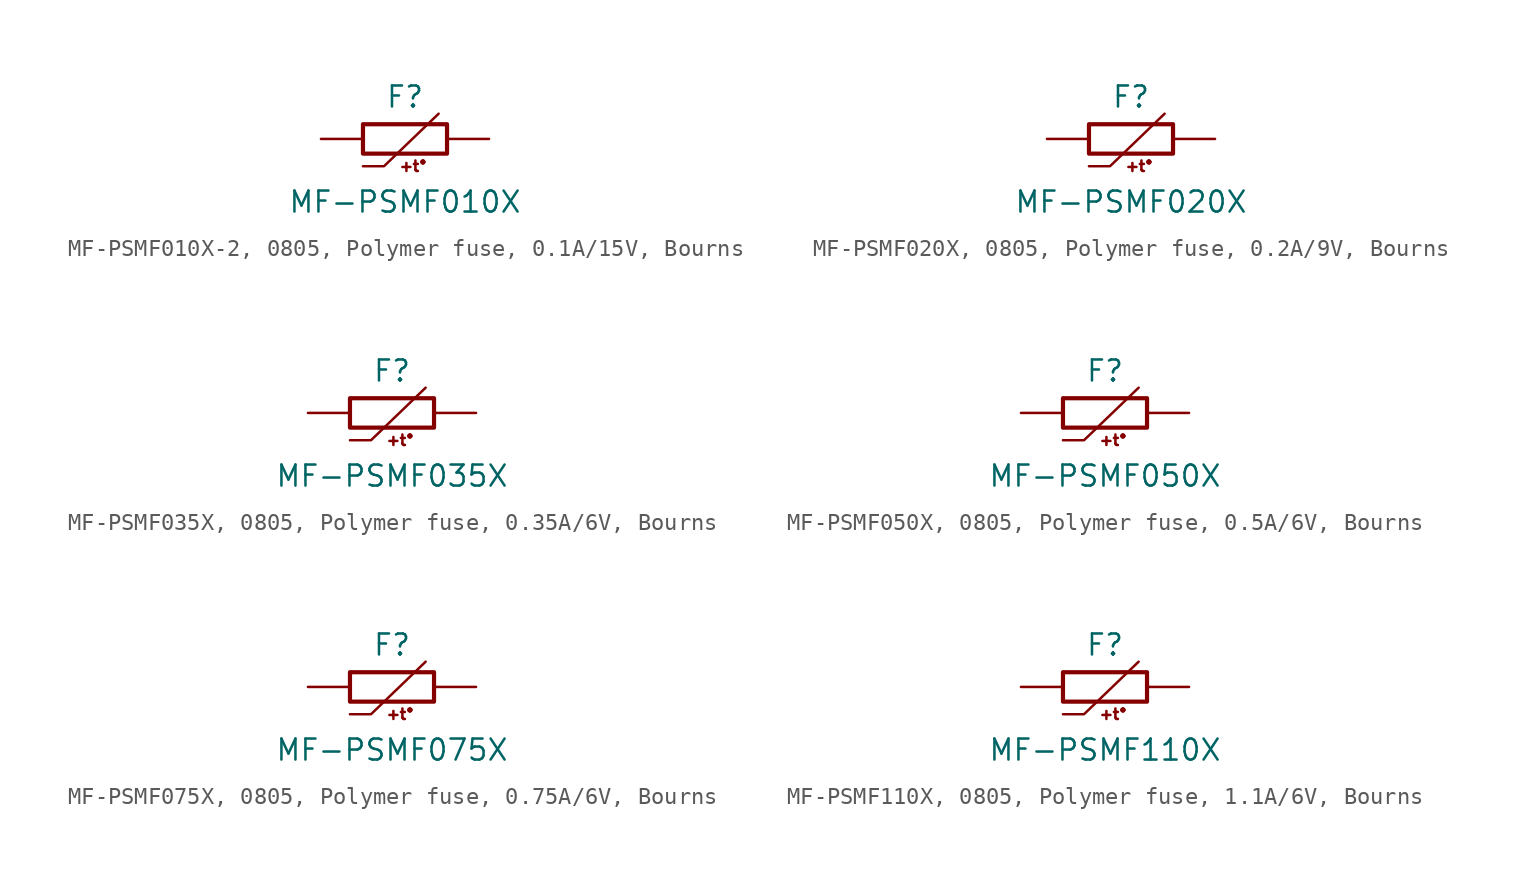
<source format=kicad_sym>
(kicad_symbol_lib
  (version 20241209)
  (generator "kicad_symbol_editor")
  (generator_version "9.0")
  (symbol "MF-PSMF010X-2, 0805, Polymer fuse, 0.1A/15V, Bourns"
    (pin_numbers
      (hide yes))
    (pin_names
      (offset 0)
      (hide yes))
    (property "Reference" "F"
      (at 0 2.54 0)
      (effects (font (size 1.27 1.27))))
    (property "Value" "MF-PSMF010X"
      (at 0 -3.81 0)
      (effects (font (size 1.27 1.27))))
    (symbol "MF-PSMF010X-2, 0805, Polymer fuse, 0.1A/15V, Bourns_0_0"
      (text "+t°" (at 0.508 -1.651 0) (effects (font (size 0.635 0.635)))))
    (symbol "MF-PSMF010X-2, 0805, Polymer fuse, 0.1A/15V, Bourns_0_1"
      (rectangle (start -2.54 0.889) (end 2.54 -0.889) (stroke (width 0.254) (type default)) (fill (type none)))
      (polyline (pts (xy 2.032 1.524) (xy -1.27 -1.651) (xy -2.54 -1.651)) (stroke (width 0.152) (type default)) (fill (type none))))
    (symbol "MF-PSMF010X-2, 0805, Polymer fuse, 0.1A/15V, Bourns_1_1"
      (pin passive line (at -5.08 0 0) (length 2.54) (name "1" (effects (font (size 1.27 1.27)))) (number "1" (effects (font (size 1.27 1.27)))))
      (pin passive line (at 5.08 0 180) (length 2.54) (name "2" (effects (font (size 1.27 1.27)))) (number "2" (effects (font (size 1.27 1.27)))))))
  (symbol "MF-PSMF020X, 0805, Polymer fuse, 0.2A/9V, Bourns"
    (pin_numbers
      (hide yes))
    (pin_names
      (offset 0)
      (hide yes))
    (property "Reference" "F"
      (at 0 2.54 0)
      (effects (font (size 1.27 1.27))))
    (property "Value" "MF-PSMF020X"
      (at 0 -3.81 0)
      (effects (font (size 1.27 1.27))))
    (symbol "MF-PSMF020X, 0805, Polymer fuse, 0.2A/9V, Bourns_0_0"
      (text "+t°" (at 0.508 -1.651 0) (effects (font (size 0.635 0.635)))))
    (symbol "MF-PSMF020X, 0805, Polymer fuse, 0.2A/9V, Bourns_0_1"
      (rectangle (start -2.54 0.889) (end 2.54 -0.889) (stroke (width 0.254) (type default)) (fill (type none)))
      (polyline (pts (xy 2.032 1.524) (xy -1.27 -1.651) (xy -2.54 -1.651)) (stroke (width 0.152) (type default)) (fill (type none))))
    (symbol "MF-PSMF020X, 0805, Polymer fuse, 0.2A/9V, Bourns_1_1"
      (pin passive line (at -5.08 0 0) (length 2.54) (name "1" (effects (font (size 1.27 1.27)))) (number "1" (effects (font (size 1.27 1.27)))))
      (pin passive line (at 5.08 0 180) (length 2.54) (name "2" (effects (font (size 1.27 1.27)))) (number "2" (effects (font (size 1.27 1.27)))))))
  (symbol "MF-PSMF035X, 0805, Polymer fuse, 0.35A/6V, Bourns"
    (pin_numbers
      (hide yes))
    (pin_names
      (offset 0)
      (hide yes))
    (property "Reference" "F"
      (at 0 2.54 0)
      (effects (font (size 1.27 1.27))))
    (property "Value" "MF-PSMF035X"
      (at 0 -3.81 0)
      (effects (font (size 1.27 1.27))))
    (symbol "MF-PSMF035X, 0805, Polymer fuse, 0.35A/6V, Bourns_0_0"
      (text "+t°" (at 0.508 -1.651 0) (effects (font (size 0.635 0.635)))))
    (symbol "MF-PSMF035X, 0805, Polymer fuse, 0.35A/6V, Bourns_0_1"
      (rectangle (start -2.54 0.889) (end 2.54 -0.889) (stroke (width 0.254) (type default)) (fill (type none)))
      (polyline (pts (xy 2.032 1.524) (xy -1.27 -1.651) (xy -2.54 -1.651)) (stroke (width 0.152) (type default)) (fill (type none))))
    (symbol "MF-PSMF035X, 0805, Polymer fuse, 0.35A/6V, Bourns_1_1"
      (pin passive line (at -5.08 0 0) (length 2.54) (name "1" (effects (font (size 1.27 1.27)))) (number "1" (effects (font (size 1.27 1.27)))))
      (pin passive line (at 5.08 0 180) (length 2.54) (name "2" (effects (font (size 1.27 1.27)))) (number "2" (effects (font (size 1.27 1.27)))))))
  (symbol "MF-PSMF050X, 0805, Polymer fuse, 0.5A/6V, Bourns"
    (pin_numbers
      (hide yes))
    (pin_names
      (offset 0)
      (hide yes))
    (property "Reference" "F"
      (at 0 2.54 0)
      (effects (font (size 1.27 1.27))))
    (property "Value" "MF-PSMF050X"
      (at 0 -3.81 0)
      (effects (font (size 1.27 1.27))))
    (symbol "MF-PSMF050X, 0805, Polymer fuse, 0.5A/6V, Bourns_0_0"
      (text "+t°" (at 0.508 -1.651 0) (effects (font (size 0.635 0.635)))))
    (symbol "MF-PSMF050X, 0805, Polymer fuse, 0.5A/6V, Bourns_0_1"
      (rectangle (start -2.54 0.889) (end 2.54 -0.889) (stroke (width 0.254) (type default)) (fill (type none)))
      (polyline (pts (xy 2.032 1.524) (xy -1.27 -1.651) (xy -2.54 -1.651)) (stroke (width 0.152) (type default)) (fill (type none))))
    (symbol "MF-PSMF050X, 0805, Polymer fuse, 0.5A/6V, Bourns_1_1"
      (pin passive line (at -5.08 0 0) (length 2.54) (name "1" (effects (font (size 1.27 1.27)))) (number "1" (effects (font (size 1.27 1.27)))))
      (pin passive line (at 5.08 0 180) (length 2.54) (name "2" (effects (font (size 1.27 1.27)))) (number "2" (effects (font (size 1.27 1.27)))))))
  (symbol "MF-PSMF075X, 0805, Polymer fuse, 0.75A/6V, Bourns"
    (pin_numbers
      (hide yes))
    (pin_names
      (offset 0)
      (hide yes))
    (property "Reference" "F"
      (at 0 2.54 0)
      (effects (font (size 1.27 1.27))))
    (property "Value" "MF-PSMF075X"
      (at 0 -3.81 0)
      (effects (font (size 1.27 1.27))))
    (symbol "MF-PSMF075X, 0805, Polymer fuse, 0.75A/6V, Bourns_0_0"
      (text "+t°" (at 0.508 -1.651 0) (effects (font (size 0.635 0.635)))))
    (symbol "MF-PSMF075X, 0805, Polymer fuse, 0.75A/6V, Bourns_0_1"
      (rectangle (start -2.54 0.889) (end 2.54 -0.889) (stroke (width 0.254) (type default)) (fill (type none)))
      (polyline (pts (xy 2.032 1.524) (xy -1.27 -1.651) (xy -2.54 -1.651)) (stroke (width 0.152) (type default)) (fill (type none))))
    (symbol "MF-PSMF075X, 0805, Polymer fuse, 0.75A/6V, Bourns_1_1"
      (pin passive line (at -5.08 0 0) (length 2.54) (name "1" (effects (font (size 1.27 1.27)))) (number "1" (effects (font (size 1.27 1.27)))))
      (pin passive line (at 5.08 0 180) (length 2.54) (name "2" (effects (font (size 1.27 1.27)))) (number "2" (effects (font (size 1.27 1.27)))))))
  (symbol "MF-PSMF110X, 0805, Polymer fuse, 1.1A/6V, Bourns"
    (pin_numbers
      (hide yes))
    (pin_names
      (offset 0)
      (hide yes))
    (property "Reference" "F"
      (at 0 2.54 0)
      (effects (font (size 1.27 1.27))))
    (property "Value" "MF-PSMF110X"
      (at 0 -3.81 0)
      (effects (font (size 1.27 1.27))))
    (symbol "MF-PSMF110X, 0805, Polymer fuse, 1.1A/6V, Bourns_0_0"
      (text "+t°" (at 0.508 -1.651 0) (effects (font (size 0.635 0.635)))))
    (symbol "MF-PSMF110X, 0805, Polymer fuse, 1.1A/6V, Bourns_0_1"
      (rectangle (start -2.54 0.889) (end 2.54 -0.889) (stroke (width 0.254) (type default)) (fill (type none)))
      (polyline (pts (xy 2.032 1.524) (xy -1.27 -1.651) (xy -2.54 -1.651)) (stroke (width 0.152) (type default)) (fill (type none))))
    (symbol "MF-PSMF110X, 0805, Polymer fuse, 1.1A/6V, Bourns_1_1"
      (pin passive line (at -5.08 0 0) (length 2.54) (name "1" (effects (font (size 1.27 1.27)))) (number "1" (effects (font (size 1.27 1.27)))))
      (pin passive line (at 5.08 0 180) (length 2.54) (name "2" (effects (font (size 1.27 1.27)))) (number "2" (effects (font (size 1.27 1.27))))))))
</source>
